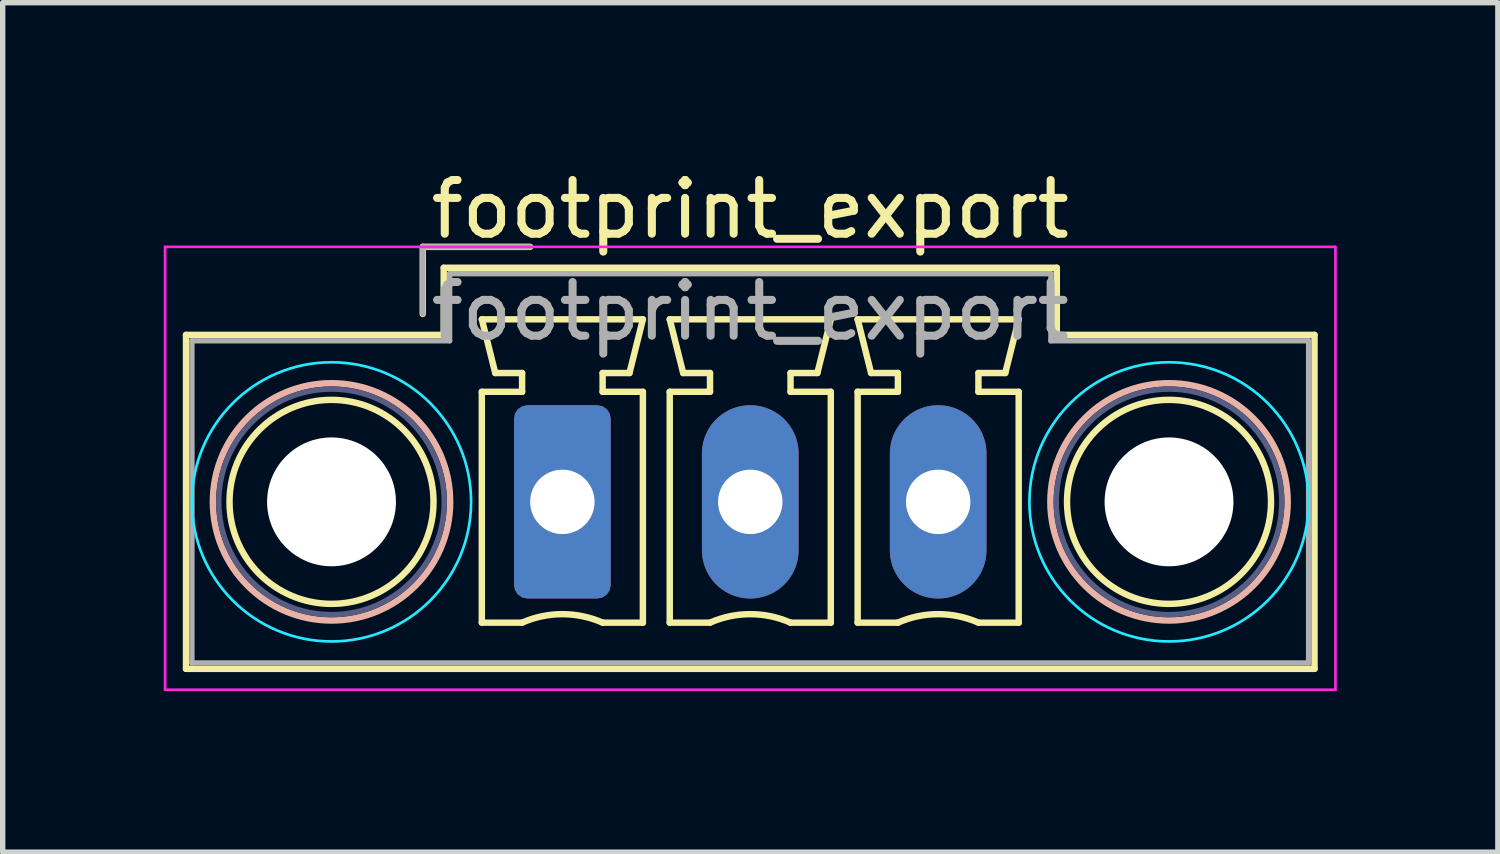
<source format=kicad_pcb>
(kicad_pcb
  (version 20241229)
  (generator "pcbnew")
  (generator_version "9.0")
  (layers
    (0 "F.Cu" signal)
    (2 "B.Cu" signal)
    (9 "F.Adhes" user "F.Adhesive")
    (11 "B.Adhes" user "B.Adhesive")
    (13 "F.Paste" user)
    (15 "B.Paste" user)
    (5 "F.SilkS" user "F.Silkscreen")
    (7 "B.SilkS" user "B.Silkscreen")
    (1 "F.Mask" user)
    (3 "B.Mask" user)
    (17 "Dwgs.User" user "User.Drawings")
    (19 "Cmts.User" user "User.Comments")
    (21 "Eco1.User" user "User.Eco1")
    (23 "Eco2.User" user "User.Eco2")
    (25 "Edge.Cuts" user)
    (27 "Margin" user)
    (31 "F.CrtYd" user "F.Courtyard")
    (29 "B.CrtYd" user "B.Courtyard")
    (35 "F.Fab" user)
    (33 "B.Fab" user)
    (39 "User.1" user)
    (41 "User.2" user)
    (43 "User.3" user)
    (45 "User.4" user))
  (footprint "footprint_export"
    (layer "F.Cu")
    (at 7.425 6.298)
    (property "Reference" "footprint_export" (at 3.5 -5.45 0) (layer "F.SilkS") (effects (font (size 1 1) (thickness 0.15))))
    (attr through_hole)
    (fp_line (start -7.01 -3.11) (end -7.01 3.11) (stroke (width 0.12) (type solid)) (layer "F.SilkS"))
    (fp_line (start -7.01 3.11) (end 14.01 3.11) (stroke (width 0.12) (type solid)) (layer "F.SilkS"))
    (fp_line (start -2.6 -4.75) (end -0.6 -4.75) (stroke (width 0.12) (type solid)) (layer "F.SilkS"))
    (fp_line (start -2.6 -3.5) (end -2.6 -4.75) (stroke (width 0.12) (type solid)) (layer "F.SilkS"))
    (fp_line (start -2.21 -4.36) (end -2.21 -3.11) (stroke (width 0.12) (type solid)) (layer "F.SilkS"))
    (fp_line (start -2.21 -3.11) (end -7.01 -3.11) (stroke (width 0.12) (type solid)) (layer "F.SilkS"))
    (fp_line (start -1.5 -3.4) (end 1.5 -3.4) (stroke (width 0.12) (type solid)) (layer "F.SilkS"))
    (fp_line (start -1.5 -2.05) (end -0.75 -2.05) (stroke (width 0.12) (type solid)) (layer "F.SilkS"))
    (fp_line (start -1.5 2.25) (end -1.5 -2.05) (stroke (width 0.12) (type solid)) (layer "F.SilkS"))
    (fp_line (start -1.25 -2.4) (end -1.5 -3.4) (stroke (width 0.12) (type solid)) (layer "F.SilkS"))
    (fp_line (start -0.75 -2.4) (end -1.25 -2.4) (stroke (width 0.12) (type solid)) (layer "F.SilkS"))
    (fp_line (start -0.75 -2.05) (end -0.75 -2.4) (stroke (width 0.12) (type solid)) (layer "F.SilkS"))
    (fp_line (start -0.75 2.25) (end -1.5 2.25) (stroke (width 0.12) (type solid)) (layer "F.SilkS"))
    (fp_line (start 0.75 -2.4) (end 0.75 -2.05) (stroke (width 0.12) (type solid)) (layer "F.SilkS"))
    (fp_line (start 0.75 -2.05) (end 1.5 -2.05) (stroke (width 0.12) (type solid)) (layer "F.SilkS"))
    (fp_line (start 1.25 -2.4) (end 0.75 -2.4) (stroke (width 0.12) (type solid)) (layer "F.SilkS"))
    (fp_line (start 1.5 -3.4) (end 1.25 -2.4) (stroke (width 0.12) (type solid)) (layer "F.SilkS"))
    (fp_line (start 1.5 -2.05) (end 1.5 2.25) (stroke (width 0.12) (type solid)) (layer "F.SilkS"))
    (fp_line (start 1.5 2.25) (end 0.75 2.25) (stroke (width 0.12) (type solid)) (layer "F.SilkS"))
    (fp_line (start 2 -3.4) (end 5 -3.4) (stroke (width 0.12) (type solid)) (layer "F.SilkS"))
    (fp_line (start 2 -2.05) (end 2.75 -2.05) (stroke (width 0.12) (type solid)) (layer "F.SilkS"))
    (fp_line (start 2 2.25) (end 2 -2.05) (stroke (width 0.12) (type solid)) (layer "F.SilkS"))
    (fp_line (start 2.25 -2.4) (end 2 -3.4) (stroke (width 0.12) (type solid)) (layer "F.SilkS"))
    (fp_line (start 2.75 -2.4) (end 2.25 -2.4) (stroke (width 0.12) (type solid)) (layer "F.SilkS"))
    (fp_line (start 2.75 -2.05) (end 2.75 -2.4) (stroke (width 0.12) (type solid)) (layer "F.SilkS"))
    (fp_line (start 2.75 2.25) (end 2 2.25) (stroke (width 0.12) (type solid)) (layer "F.SilkS"))
    (fp_line (start 4.25 -2.4) (end 4.25 -2.05) (stroke (width 0.12) (type solid)) (layer "F.SilkS"))
    (fp_line (start 4.25 -2.05) (end 5 -2.05) (stroke (width 0.12) (type solid)) (layer "F.SilkS"))
    (fp_line (start 4.75 -2.4) (end 4.25 -2.4) (stroke (width 0.12) (type solid)) (layer "F.SilkS"))
    (fp_line (start 5 -3.4) (end 4.75 -2.4) (stroke (width 0.12) (type solid)) (layer "F.SilkS"))
    (fp_line (start 5 -2.05) (end 5 2.25) (stroke (width 0.12) (type solid)) (layer "F.SilkS"))
    (fp_line (start 5 2.25) (end 4.25 2.25) (stroke (width 0.12) (type solid)) (layer "F.SilkS"))
    (fp_line (start 5.5 -3.4) (end 8.5 -3.4) (stroke (width 0.12) (type solid)) (layer "F.SilkS"))
    (fp_line (start 5.5 -2.05) (end 6.25 -2.05) (stroke (width 0.12) (type solid)) (layer "F.SilkS"))
    (fp_line (start 5.5 2.25) (end 5.5 -2.05) (stroke (width 0.12) (type solid)) (layer "F.SilkS"))
    (fp_line (start 5.75 -2.4) (end 5.5 -3.4) (stroke (width 0.12) (type solid)) (layer "F.SilkS"))
    (fp_line (start 6.25 -2.4) (end 5.75 -2.4) (stroke (width 0.12) (type solid)) (layer "F.SilkS"))
    (fp_line (start 6.25 -2.05) (end 6.25 -2.4) (stroke (width 0.12) (type solid)) (layer "F.SilkS"))
    (fp_line (start 6.25 2.25) (end 5.5 2.25) (stroke (width 0.12) (type solid)) (layer "F.SilkS"))
    (fp_line (start 7.75 -2.4) (end 7.75 -2.05) (stroke (width 0.12) (type solid)) (layer "F.SilkS"))
    (fp_line (start 7.75 -2.05) (end 8.5 -2.05) (stroke (width 0.12) (type solid)) (layer "F.SilkS"))
    (fp_line (start 8.25 -2.4) (end 7.75 -2.4) (stroke (width 0.12) (type solid)) (layer "F.SilkS"))
    (fp_line (start 8.5 -3.4) (end 8.25 -2.4) (stroke (width 0.12) (type solid)) (layer "F.SilkS"))
    (fp_line (start 8.5 -2.05) (end 8.5 2.25) (stroke (width 0.12) (type solid)) (layer "F.SilkS"))
    (fp_line (start 8.5 2.25) (end 7.75 2.25) (stroke (width 0.12) (type solid)) (layer "F.SilkS"))
    (fp_line (start 9.21 -4.36) (end -2.21 -4.36) (stroke (width 0.12) (type solid)) (layer "F.SilkS"))
    (fp_line (start 9.21 -3.11) (end 9.21 -4.36) (stroke (width 0.12) (type solid)) (layer "F.SilkS"))
    (fp_line (start 14.01 -3.11) (end 9.21 -3.11) (stroke (width 0.12) (type solid)) (layer "F.SilkS"))
    (fp_line (start 14.01 3.11) (end 14.01 -3.11) (stroke (width 0.12) (type solid)) (layer "F.SilkS"))
    (fp_arc (start -0.75 2.25) (mid -0.000193 2.09191) (end 0.749647 2.249844) (stroke (width 0.12) (type solid)) (layer "F.SilkS"))
    (fp_arc (start 2.75 2.25) (mid 3.499807 2.09191) (end 4.249647 2.249844) (stroke (width 0.12) (type solid)) (layer "F.SilkS"))
    (fp_arc (start 6.25 2.25) (mid 6.999807 2.09191) (end 7.749647 2.249844) (stroke (width 0.12) (type solid)) (layer "F.SilkS"))
    (fp_circle (center -4.3 0) (end -2.4 0) (stroke (width 0.12) (type solid)) (fill no) (layer "F.SilkS"))
    (fp_circle (center 11.3 0) (end 13.2 0) (stroke (width 0.12) (type solid)) (fill no) (layer "F.SilkS"))
    (fp_circle (center -4.3 0) (end -2.09 0) (stroke (width 0.12) (type solid)) (fill no) (layer "B.SilkS"))
    (fp_circle (center 11.3 0) (end 13.51 0) (stroke (width 0.12) (type solid)) (fill no) (layer "B.SilkS"))
    (fp_circle (center -4.3 0) (end -1.7 0) (stroke (width 0.05) (type solid)) (fill no) (layer "B.CrtYd"))
    (fp_circle (center 11.3 0) (end 13.9 0) (stroke (width 0.05) (type solid)) (fill no) (layer "B.CrtYd"))
    (fp_line (start -7.4 -4.75) (end -7.4 3.5) (stroke (width 0.05) (type solid)) (layer "F.CrtYd"))
    (fp_line (start -7.4 3.5) (end 14.4 3.5) (stroke (width 0.05) (type solid)) (layer "F.CrtYd"))
    (fp_line (start 14.4 -4.75) (end -7.4 -4.75) (stroke (width 0.05) (type solid)) (layer "F.CrtYd"))
    (fp_line (start 14.4 3.5) (end 14.4 -4.75) (stroke (width 0.05) (type solid)) (layer "F.CrtYd"))
    (fp_circle (center -4.3 0) (end -2.2 0) (stroke (width 0.1) (type solid)) (fill no) (layer "B.Fab"))
    (fp_circle (center 11.3 0) (end 13.4 0) (stroke (width 0.1) (type solid)) (fill no) (layer "B.Fab"))
    (fp_line (start -6.9 -3) (end -6.9 3) (stroke (width 0.1) (type solid)) (layer "F.Fab"))
    (fp_line (start -6.9 3) (end 13.9 3) (stroke (width 0.1) (type solid)) (layer "F.Fab"))
    (fp_line (start -2.6 -4.75) (end -0.6 -4.75) (stroke (width 0.1) (type solid)) (layer "F.Fab"))
    (fp_line (start -2.6 -3.5) (end -2.6 -4.75) (stroke (width 0.1) (type solid)) (layer "F.Fab"))
    (fp_line (start -2.1 -4.25) (end -2.1 -3) (stroke (width 0.1) (type solid)) (layer "F.Fab"))
    (fp_line (start -2.1 -3) (end -6.9 -3) (stroke (width 0.1) (type solid)) (layer "F.Fab"))
    (fp_line (start 9.1 -4.25) (end -2.1 -4.25) (stroke (width 0.1) (type solid)) (layer "F.Fab"))
    (fp_line (start 9.1 -3) (end 9.1 -4.25) (stroke (width 0.1) (type solid)) (layer "F.Fab"))
    (fp_line (start 13.9 -3) (end 9.1 -3) (stroke (width 0.1) (type solid)) (layer "F.Fab"))
    (fp_line (start 13.9 3) (end 13.9 -3) (stroke (width 0.1) (type solid)) (layer "F.Fab"))
    (fp_text user "${REFERENCE}" (at 3.5 -3.55 0) (layer "F.Fab") (effects (font (size 1 1) (thickness 0.15))))
    (pad "" np_thru_hole circle (at -4.3 0) (size 2.4 2.4) (drill 2.4) (layers "*.Cu" "*.Mask"))
    (pad "" np_thru_hole circle (at 11.3 0) (size 2.4 2.4) (drill 2.4) (layers "*.Cu" "*.Mask"))
    (pad "1" thru_hole roundrect (at 0 0) (size 1.8 3.6) (drill 1.2) (layers "*.Cu" "*.Mask") (roundrect_rratio 0.139))
    (pad "2" thru_hole oval (at 3.5 0) (size 1.8 3.6) (drill 1.2) (layers "*.Cu" "*.Mask"))
    (pad "3" thru_hole oval (at 7 0) (size 1.8 3.6) (drill 1.2) (layers "*.Cu" "*.Mask")))
  (gr_rect
    (start -3 -3)
    (end 24.85 12.823)
    (stroke (width 0.1) (type default))
    (fill no)
    (layer "Edge.Cuts")))
</source>
